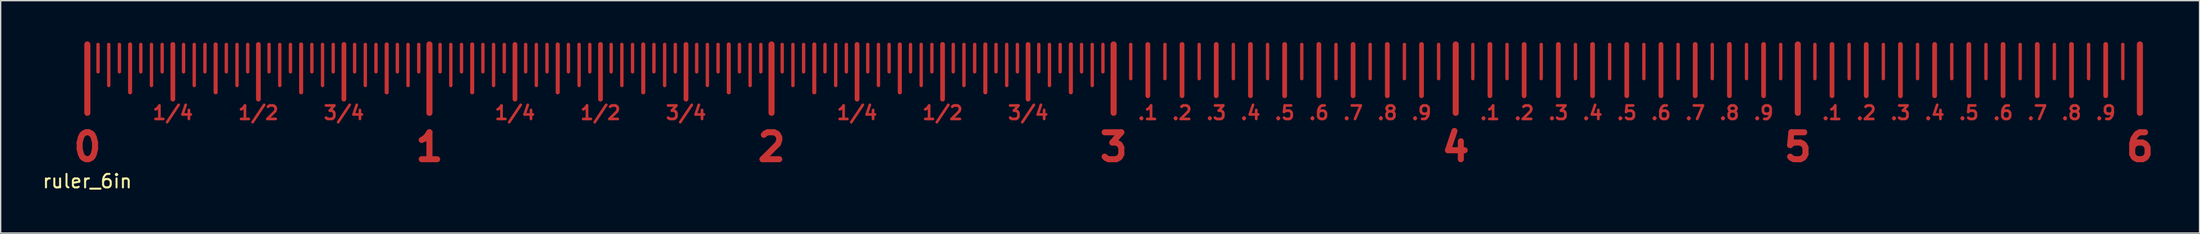
<source format=kicad_pcb>
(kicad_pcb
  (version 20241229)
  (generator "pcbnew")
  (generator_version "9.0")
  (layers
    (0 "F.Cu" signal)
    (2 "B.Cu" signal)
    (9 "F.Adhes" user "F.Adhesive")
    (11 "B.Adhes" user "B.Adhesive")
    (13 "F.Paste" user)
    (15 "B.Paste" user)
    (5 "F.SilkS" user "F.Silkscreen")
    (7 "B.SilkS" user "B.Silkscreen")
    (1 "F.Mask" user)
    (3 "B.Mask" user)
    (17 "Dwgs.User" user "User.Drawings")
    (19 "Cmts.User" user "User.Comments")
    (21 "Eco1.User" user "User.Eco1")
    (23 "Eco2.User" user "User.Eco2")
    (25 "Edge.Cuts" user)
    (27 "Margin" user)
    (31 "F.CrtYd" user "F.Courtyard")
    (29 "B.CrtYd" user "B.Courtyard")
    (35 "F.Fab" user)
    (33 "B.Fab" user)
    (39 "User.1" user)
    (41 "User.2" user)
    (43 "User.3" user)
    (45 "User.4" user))
  (footprint "ruler_6in"
    (layer "F.Cu")
    (at 79.635 0.25)
    (property "Reference" "ruler_6in" (at -76.2 10.16 0) (layer "F.SilkS") (effects (font (size 1 1) (thickness 0.15))))
    (attr through_hole)
    (fp_line (start -76.2 0) (end -76.2 5.08) (stroke (width 0.45) (type solid)) (layer "F.Cu"))
    (fp_line (start -75.406 0) (end -75.406 2.032) (stroke (width 0.25) (type solid)) (layer "F.Cu"))
    (fp_line (start -74.612 0) (end -74.612 3.048) (stroke (width 0.25) (type solid)) (layer "F.Cu"))
    (fp_line (start -73.819 0) (end -73.819 2.032) (stroke (width 0.25) (type solid)) (layer "F.Cu"))
    (fp_line (start -73.025 0) (end -73.025 3.556) (stroke (width 0.3) (type solid)) (layer "F.Cu"))
    (fp_line (start -72.231 0) (end -72.231 2.032) (stroke (width 0.25) (type solid)) (layer "F.Cu"))
    (fp_line (start -71.438 0) (end -71.438 3.048) (stroke (width 0.25) (type solid)) (layer "F.Cu"))
    (fp_line (start -70.644 0) (end -70.644 2.032) (stroke (width 0.25) (type solid)) (layer "F.Cu"))
    (fp_line (start -69.85 0) (end -69.85 4.064) (stroke (width 0.35) (type solid)) (layer "F.Cu"))
    (fp_line (start -69.056 0) (end -69.056 2.032) (stroke (width 0.25) (type solid)) (layer "F.Cu"))
    (fp_line (start -68.263 0) (end -68.263 3.048) (stroke (width 0.25) (type solid)) (layer "F.Cu"))
    (fp_line (start -67.469 0) (end -67.469 2.032) (stroke (width 0.25) (type solid)) (layer "F.Cu"))
    (fp_line (start -66.675 0) (end -66.675 3.556) (stroke (width 0.3) (type solid)) (layer "F.Cu"))
    (fp_line (start -65.881 0) (end -65.881 2.032) (stroke (width 0.25) (type solid)) (layer "F.Cu"))
    (fp_line (start -65.088 0) (end -65.088 3.048) (stroke (width 0.25) (type solid)) (layer "F.Cu"))
    (fp_line (start -64.294 0) (end -64.294 2.032) (stroke (width 0.25) (type solid)) (layer "F.Cu"))
    (fp_line (start -63.5 0) (end -63.5 4.064) (stroke (width 0.35) (type solid)) (layer "F.Cu"))
    (fp_line (start -62.706 0) (end -62.706 2.032) (stroke (width 0.25) (type solid)) (layer "F.Cu"))
    (fp_line (start -61.913 0) (end -61.913 3.048) (stroke (width 0.25) (type solid)) (layer "F.Cu"))
    (fp_line (start -61.119 0) (end -61.119 2.032) (stroke (width 0.25) (type solid)) (layer "F.Cu"))
    (fp_line (start -60.325 0) (end -60.325 3.556) (stroke (width 0.3) (type solid)) (layer "F.Cu"))
    (fp_line (start -59.531 0) (end -59.531 2.032) (stroke (width 0.25) (type solid)) (layer "F.Cu"))
    (fp_line (start -58.737 0) (end -58.737 3.048) (stroke (width 0.25) (type solid)) (layer "F.Cu"))
    (fp_line (start -57.944 0) (end -57.944 2.032) (stroke (width 0.25) (type solid)) (layer "F.Cu"))
    (fp_line (start -57.15 0) (end -57.15 4.064) (stroke (width 0.35) (type solid)) (layer "F.Cu"))
    (fp_line (start -56.356 0) (end -56.356 2.032) (stroke (width 0.25) (type solid)) (layer "F.Cu"))
    (fp_line (start -55.562 0) (end -55.562 3.048) (stroke (width 0.25) (type solid)) (layer "F.Cu"))
    (fp_line (start -54.769 0) (end -54.769 2.032) (stroke (width 0.25) (type solid)) (layer "F.Cu"))
    (fp_line (start -53.975 0) (end -53.975 3.556) (stroke (width 0.3) (type solid)) (layer "F.Cu"))
    (fp_line (start -53.181 0) (end -53.181 2.032) (stroke (width 0.25) (type solid)) (layer "F.Cu"))
    (fp_line (start -52.388 0) (end -52.388 3.048) (stroke (width 0.25) (type solid)) (layer "F.Cu"))
    (fp_line (start -51.594 0) (end -51.594 2.032) (stroke (width 0.25) (type solid)) (layer "F.Cu"))
    (fp_line (start -50.8 0) (end -50.8 5.08) (stroke (width 0.45) (type solid)) (layer "F.Cu"))
    (fp_line (start -50.006 0) (end -50.006 2.032) (stroke (width 0.25) (type solid)) (layer "F.Cu"))
    (fp_line (start -49.212 0) (end -49.212 3.048) (stroke (width 0.25) (type solid)) (layer "F.Cu"))
    (fp_line (start -48.419 0) (end -48.419 2.032) (stroke (width 0.25) (type solid)) (layer "F.Cu"))
    (fp_line (start -47.625 0) (end -47.625 3.556) (stroke (width 0.3) (type solid)) (layer "F.Cu"))
    (fp_line (start -46.831 0) (end -46.831 2.032) (stroke (width 0.25) (type solid)) (layer "F.Cu"))
    (fp_line (start -46.038 0) (end -46.038 3.048) (stroke (width 0.25) (type solid)) (layer "F.Cu"))
    (fp_line (start -45.244 0) (end -45.244 2.032) (stroke (width 0.25) (type solid)) (layer "F.Cu"))
    (fp_line (start -44.45 0) (end -44.45 4.064) (stroke (width 0.35) (type solid)) (layer "F.Cu"))
    (fp_line (start -43.656 0) (end -43.656 2.032) (stroke (width 0.25) (type solid)) (layer "F.Cu"))
    (fp_line (start -42.862 0) (end -42.862 3.048) (stroke (width 0.25) (type solid)) (layer "F.Cu"))
    (fp_line (start -42.069 0) (end -42.069 2.032) (stroke (width 0.25) (type solid)) (layer "F.Cu"))
    (fp_line (start -41.275 0) (end -41.275 3.556) (stroke (width 0.3) (type solid)) (layer "F.Cu"))
    (fp_line (start -40.481 0) (end -40.481 2.032) (stroke (width 0.25) (type solid)) (layer "F.Cu"))
    (fp_line (start -39.688 0) (end -39.688 3.048) (stroke (width 0.25) (type solid)) (layer "F.Cu"))
    (fp_line (start -38.894 0) (end -38.894 2.032) (stroke (width 0.25) (type solid)) (layer "F.Cu"))
    (fp_line (start -38.1 0) (end -38.1 4.064) (stroke (width 0.35) (type solid)) (layer "F.Cu"))
    (fp_line (start -37.306 0) (end -37.306 2.032) (stroke (width 0.25) (type solid)) (layer "F.Cu"))
    (fp_line (start -36.513 0) (end -36.513 3.048) (stroke (width 0.25) (type solid)) (layer "F.Cu"))
    (fp_line (start -35.719 0) (end -35.719 2.032) (stroke (width 0.25) (type solid)) (layer "F.Cu"))
    (fp_line (start -34.925 0) (end -34.925 3.556) (stroke (width 0.3) (type solid)) (layer "F.Cu"))
    (fp_line (start -34.131 0) (end -34.131 2.032) (stroke (width 0.25) (type solid)) (layer "F.Cu"))
    (fp_line (start -33.337 0) (end -33.337 3.048) (stroke (width 0.25) (type solid)) (layer "F.Cu"))
    (fp_line (start -32.544 0) (end -32.544 2.032) (stroke (width 0.25) (type solid)) (layer "F.Cu"))
    (fp_line (start -31.75 0) (end -31.75 4.064) (stroke (width 0.35) (type solid)) (layer "F.Cu"))
    (fp_line (start -30.956 0) (end -30.956 2.032) (stroke (width 0.25) (type solid)) (layer "F.Cu"))
    (fp_line (start -30.163 0) (end -30.163 3.048) (stroke (width 0.25) (type solid)) (layer "F.Cu"))
    (fp_line (start -29.369 0) (end -29.369 2.032) (stroke (width 0.25) (type solid)) (layer "F.Cu"))
    (fp_line (start -28.575 0) (end -28.575 3.556) (stroke (width 0.3) (type solid)) (layer "F.Cu"))
    (fp_line (start -27.781 0) (end -27.781 2.032) (stroke (width 0.25) (type solid)) (layer "F.Cu"))
    (fp_line (start -26.988 0) (end -26.988 3.048) (stroke (width 0.25) (type solid)) (layer "F.Cu"))
    (fp_line (start -26.194 0) (end -26.194 2.032) (stroke (width 0.25) (type solid)) (layer "F.Cu"))
    (fp_line (start -25.4 0) (end -25.4 5.08) (stroke (width 0.45) (type solid)) (layer "F.Cu"))
    (fp_line (start -24.606 0) (end -24.606 2.032) (stroke (width 0.25) (type solid)) (layer "F.Cu"))
    (fp_line (start -23.812 0) (end -23.812 3.048) (stroke (width 0.25) (type solid)) (layer "F.Cu"))
    (fp_line (start -23.019 0) (end -23.019 2.032) (stroke (width 0.25) (type solid)) (layer "F.Cu"))
    (fp_line (start -22.225 0) (end -22.225 3.556) (stroke (width 0.3) (type solid)) (layer "F.Cu"))
    (fp_line (start -21.431 0) (end -21.431 2.032) (stroke (width 0.25) (type solid)) (layer "F.Cu"))
    (fp_line (start -20.637 0) (end -20.637 3.048) (stroke (width 0.25) (type solid)) (layer "F.Cu"))
    (fp_line (start -19.844 0) (end -19.844 2.032) (stroke (width 0.25) (type solid)) (layer "F.Cu"))
    (fp_line (start -19.05 0) (end -19.05 4.064) (stroke (width 0.35) (type solid)) (layer "F.Cu"))
    (fp_line (start -18.256 0) (end -18.256 2.032) (stroke (width 0.25) (type solid)) (layer "F.Cu"))
    (fp_line (start -17.462 0) (end -17.462 3.048) (stroke (width 0.25) (type solid)) (layer "F.Cu"))
    (fp_line (start -16.669 0) (end -16.669 2.032) (stroke (width 0.25) (type solid)) (layer "F.Cu"))
    (fp_line (start -15.875 0) (end -15.875 3.556) (stroke (width 0.3) (type solid)) (layer "F.Cu"))
    (fp_line (start -15.081 0) (end -15.081 2.032) (stroke (width 0.25) (type solid)) (layer "F.Cu"))
    (fp_line (start -14.287 0) (end -14.287 3.048) (stroke (width 0.25) (type solid)) (layer "F.Cu"))
    (fp_line (start -13.494 0) (end -13.494 2.032) (stroke (width 0.25) (type solid)) (layer "F.Cu"))
    (fp_line (start -12.7 0) (end -12.7 4.064) (stroke (width 0.35) (type solid)) (layer "F.Cu"))
    (fp_line (start -11.906 0) (end -11.906 2.032) (stroke (width 0.25) (type solid)) (layer "F.Cu"))
    (fp_line (start -11.113 0) (end -11.113 3.048) (stroke (width 0.25) (type solid)) (layer "F.Cu"))
    (fp_line (start -10.319 0) (end -10.319 2.032) (stroke (width 0.25) (type solid)) (layer "F.Cu"))
    (fp_line (start -9.525 0) (end -9.525 3.556) (stroke (width 0.3) (type solid)) (layer "F.Cu"))
    (fp_line (start -8.731 0) (end -8.731 2.032) (stroke (width 0.25) (type solid)) (layer "F.Cu"))
    (fp_line (start -7.938 0) (end -7.938 3.048) (stroke (width 0.25) (type solid)) (layer "F.Cu"))
    (fp_line (start -7.144 0) (end -7.144 2.032) (stroke (width 0.25) (type solid)) (layer "F.Cu"))
    (fp_line (start -6.35 0) (end -6.35 4.064) (stroke (width 0.35) (type solid)) (layer "F.Cu"))
    (fp_line (start -5.556 0) (end -5.556 2.032) (stroke (width 0.25) (type solid)) (layer "F.Cu"))
    (fp_line (start -4.763 0) (end -4.763 3.048) (stroke (width 0.25) (type solid)) (layer "F.Cu"))
    (fp_line (start -3.969 0) (end -3.969 2.032) (stroke (width 0.25) (type solid)) (layer "F.Cu"))
    (fp_line (start -3.175 0) (end -3.175 3.556) (stroke (width 0.3) (type solid)) (layer "F.Cu"))
    (fp_line (start -2.381 0) (end -2.381 2.032) (stroke (width 0.25) (type solid)) (layer "F.Cu"))
    (fp_line (start -1.587 0) (end -1.587 3.048) (stroke (width 0.25) (type solid)) (layer "F.Cu"))
    (fp_line (start -0.794 0) (end -0.794 2.032) (stroke (width 0.25) (type solid)) (layer "F.Cu"))
    (fp_line (start 0 0) (end 0 5.08) (stroke (width 0.45) (type solid)) (layer "F.Cu"))
    (fp_line (start 1.27 0) (end 1.27 2.54) (stroke (width 0.25) (type solid)) (layer "F.Cu"))
    (fp_line (start 2.54 0) (end 2.54 3.81) (stroke (width 0.35) (type solid)) (layer "F.Cu"))
    (fp_line (start 3.81 0) (end 3.81 2.54) (stroke (width 0.25) (type solid)) (layer "F.Cu"))
    (fp_line (start 5.08 0) (end 5.08 3.81) (stroke (width 0.35) (type solid)) (layer "F.Cu"))
    (fp_line (start 6.35 0) (end 6.35 2.54) (stroke (width 0.25) (type solid)) (layer "F.Cu"))
    (fp_line (start 7.62 0) (end 7.62 3.81) (stroke (width 0.35) (type solid)) (layer "F.Cu"))
    (fp_line (start 8.89 0) (end 8.89 2.54) (stroke (width 0.25) (type solid)) (layer "F.Cu"))
    (fp_line (start 10.16 0) (end 10.16 3.81) (stroke (width 0.35) (type solid)) (layer "F.Cu"))
    (fp_line (start 11.43 0) (end 11.43 2.54) (stroke (width 0.25) (type solid)) (layer "F.Cu"))
    (fp_line (start 12.7 0) (end 12.7 3.81) (stroke (width 0.35) (type solid)) (layer "F.Cu"))
    (fp_line (start 13.97 0) (end 13.97 2.54) (stroke (width 0.25) (type solid)) (layer "F.Cu"))
    (fp_line (start 15.24 0) (end 15.24 3.81) (stroke (width 0.35) (type solid)) (layer "F.Cu"))
    (fp_line (start 16.51 0) (end 16.51 2.54) (stroke (width 0.25) (type solid)) (layer "F.Cu"))
    (fp_line (start 17.78 0) (end 17.78 3.81) (stroke (width 0.35) (type solid)) (layer "F.Cu"))
    (fp_line (start 19.05 0) (end 19.05 2.54) (stroke (width 0.25) (type solid)) (layer "F.Cu"))
    (fp_line (start 20.32 0) (end 20.32 3.81) (stroke (width 0.35) (type solid)) (layer "F.Cu"))
    (fp_line (start 21.59 0) (end 21.59 2.54) (stroke (width 0.25) (type solid)) (layer "F.Cu"))
    (fp_line (start 22.86 0) (end 22.86 3.81) (stroke (width 0.35) (type solid)) (layer "F.Cu"))
    (fp_line (start 24.13 0) (end 24.13 2.54) (stroke (width 0.25) (type solid)) (layer "F.Cu"))
    (fp_line (start 25.4 0) (end 25.4 5.08) (stroke (width 0.45) (type solid)) (layer "F.Cu"))
    (fp_line (start 26.67 0) (end 26.67 2.54) (stroke (width 0.25) (type solid)) (layer "F.Cu"))
    (fp_line (start 27.94 0) (end 27.94 3.81) (stroke (width 0.35) (type solid)) (layer "F.Cu"))
    (fp_line (start 29.21 0) (end 29.21 2.54) (stroke (width 0.25) (type solid)) (layer "F.Cu"))
    (fp_line (start 30.48 0) (end 30.48 3.81) (stroke (width 0.35) (type solid)) (layer "F.Cu"))
    (fp_line (start 31.75 0) (end 31.75 2.54) (stroke (width 0.25) (type solid)) (layer "F.Cu"))
    (fp_line (start 33.02 0) (end 33.02 3.81) (stroke (width 0.35) (type solid)) (layer "F.Cu"))
    (fp_line (start 34.29 0) (end 34.29 2.54) (stroke (width 0.25) (type solid)) (layer "F.Cu"))
    (fp_line (start 35.56 0) (end 35.56 3.81) (stroke (width 0.35) (type solid)) (layer "F.Cu"))
    (fp_line (start 36.83 0) (end 36.83 2.54) (stroke (width 0.25) (type solid)) (layer "F.Cu"))
    (fp_line (start 38.1 0) (end 38.1 3.81) (stroke (width 0.35) (type solid)) (layer "F.Cu"))
    (fp_line (start 39.37 0) (end 39.37 2.54) (stroke (width 0.25) (type solid)) (layer "F.Cu"))
    (fp_line (start 40.64 0) (end 40.64 3.81) (stroke (width 0.35) (type solid)) (layer "F.Cu"))
    (fp_line (start 41.91 0) (end 41.91 2.54) (stroke (width 0.25) (type solid)) (layer "F.Cu"))
    (fp_line (start 43.18 0) (end 43.18 3.81) (stroke (width 0.35) (type solid)) (layer "F.Cu"))
    (fp_line (start 44.45 0) (end 44.45 2.54) (stroke (width 0.25) (type solid)) (layer "F.Cu"))
    (fp_line (start 45.72 0) (end 45.72 3.81) (stroke (width 0.35) (type solid)) (layer "F.Cu"))
    (fp_line (start 46.99 0) (end 46.99 2.54) (stroke (width 0.25) (type solid)) (layer "F.Cu"))
    (fp_line (start 48.26 0) (end 48.26 3.81) (stroke (width 0.35) (type solid)) (layer "F.Cu"))
    (fp_line (start 49.53 0) (end 49.53 2.54) (stroke (width 0.25) (type solid)) (layer "F.Cu"))
    (fp_line (start 50.8 0) (end 50.8 5.08) (stroke (width 0.45) (type solid)) (layer "F.Cu"))
    (fp_line (start 52.07 0) (end 52.07 2.54) (stroke (width 0.25) (type solid)) (layer "F.Cu"))
    (fp_line (start 53.34 0) (end 53.34 3.81) (stroke (width 0.35) (type solid)) (layer "F.Cu"))
    (fp_line (start 54.61 0) (end 54.61 2.54) (stroke (width 0.25) (type solid)) (layer "F.Cu"))
    (fp_line (start 55.88 0) (end 55.88 3.81) (stroke (width 0.35) (type solid)) (layer "F.Cu"))
    (fp_line (start 57.15 0) (end 57.15 2.54) (stroke (width 0.25) (type solid)) (layer "F.Cu"))
    (fp_line (start 58.42 0) (end 58.42 3.81) (stroke (width 0.35) (type solid)) (layer "F.Cu"))
    (fp_line (start 59.69 0) (end 59.69 2.54) (stroke (width 0.25) (type solid)) (layer "F.Cu"))
    (fp_line (start 60.96 0) (end 60.96 3.81) (stroke (width 0.35) (type solid)) (layer "F.Cu"))
    (fp_line (start 62.23 0) (end 62.23 2.54) (stroke (width 0.25) (type solid)) (layer "F.Cu"))
    (fp_line (start 63.5 0) (end 63.5 3.81) (stroke (width 0.35) (type solid)) (layer "F.Cu"))
    (fp_line (start 64.77 0) (end 64.77 2.54) (stroke (width 0.25) (type solid)) (layer "F.Cu"))
    (fp_line (start 66.04 0) (end 66.04 3.81) (stroke (width 0.35) (type solid)) (layer "F.Cu"))
    (fp_line (start 67.31 0) (end 67.31 2.54) (stroke (width 0.25) (type solid)) (layer "F.Cu"))
    (fp_line (start 68.58 0) (end 68.58 3.81) (stroke (width 0.35) (type solid)) (layer "F.Cu"))
    (fp_line (start 69.85 0) (end 69.85 2.54) (stroke (width 0.25) (type solid)) (layer "F.Cu"))
    (fp_line (start 71.12 0) (end 71.12 3.81) (stroke (width 0.35) (type solid)) (layer "F.Cu"))
    (fp_line (start 72.39 0) (end 72.39 2.54) (stroke (width 0.25) (type solid)) (layer "F.Cu"))
    (fp_line (start 73.66 0) (end 73.66 3.81) (stroke (width 0.35) (type solid)) (layer "F.Cu"))
    (fp_line (start 74.93 0) (end 74.93 2.54) (stroke (width 0.25) (type solid)) (layer "F.Cu"))
    (fp_line (start 76.2 0) (end 76.2 5.08) (stroke (width 0.45) (type solid)) (layer "F.Cu"))
    (fp_line (start -76.2 0) (end -76.2 5.08) (stroke (width 0.4) (type solid)) (layer "F.Mask"))
    (fp_line (start -75.406 0) (end -75.406 2.032) (stroke (width 0.2) (type solid)) (layer "F.Mask"))
    (fp_line (start -74.612 0) (end -74.612 3.048) (stroke (width 0.2) (type solid)) (layer "F.Mask"))
    (fp_line (start -73.819 0) (end -73.819 2.032) (stroke (width 0.2) (type solid)) (layer "F.Mask"))
    (fp_line (start -73.025 0) (end -73.025 3.556) (stroke (width 0.25) (type solid)) (layer "F.Mask"))
    (fp_line (start -72.231 0) (end -72.231 2.032) (stroke (width 0.2) (type solid)) (layer "F.Mask"))
    (fp_line (start -71.438 0) (end -71.438 3.048) (stroke (width 0.2) (type solid)) (layer "F.Mask"))
    (fp_line (start -70.644 0) (end -70.644 2.032) (stroke (width 0.2) (type solid)) (layer "F.Mask"))
    (fp_line (start -69.85 0) (end -69.85 4.064) (stroke (width 0.3) (type solid)) (layer "F.Mask"))
    (fp_line (start -69.056 0) (end -69.056 2.032) (stroke (width 0.2) (type solid)) (layer "F.Mask"))
    (fp_line (start -68.263 0) (end -68.263 3.048) (stroke (width 0.2) (type solid)) (layer "F.Mask"))
    (fp_line (start -67.469 0) (end -67.469 2.032) (stroke (width 0.2) (type solid)) (layer "F.Mask"))
    (fp_line (start -66.675 0) (end -66.675 3.556) (stroke (width 0.25) (type solid)) (layer "F.Mask"))
    (fp_line (start -65.881 0) (end -65.881 2.032) (stroke (width 0.2) (type solid)) (layer "F.Mask"))
    (fp_line (start -65.088 0) (end -65.088 3.048) (stroke (width 0.2) (type solid)) (layer "F.Mask"))
    (fp_line (start -64.294 0) (end -64.294 2.032) (stroke (width 0.2) (type solid)) (layer "F.Mask"))
    (fp_line (start -63.5 0) (end -63.5 4.064) (stroke (width 0.3) (type solid)) (layer "F.Mask"))
    (fp_line (start -62.706 0) (end -62.706 2.032) (stroke (width 0.2) (type solid)) (layer "F.Mask"))
    (fp_line (start -61.913 0) (end -61.913 3.048) (stroke (width 0.2) (type solid)) (layer "F.Mask"))
    (fp_line (start -61.119 0) (end -61.119 2.032) (stroke (width 0.2) (type solid)) (layer "F.Mask"))
    (fp_line (start -60.325 0) (end -60.325 3.556) (stroke (width 0.25) (type solid)) (layer "F.Mask"))
    (fp_line (start -59.531 0) (end -59.531 2.032) (stroke (width 0.2) (type solid)) (layer "F.Mask"))
    (fp_line (start -58.737 0) (end -58.737 3.048) (stroke (width 0.2) (type solid)) (layer "F.Mask"))
    (fp_line (start -57.944 0) (end -57.944 2.032) (stroke (width 0.2) (type solid)) (layer "F.Mask"))
    (fp_line (start -57.15 0) (end -57.15 4.064) (stroke (width 0.3) (type solid)) (layer "F.Mask"))
    (fp_line (start -56.356 0) (end -56.356 2.032) (stroke (width 0.2) (type solid)) (layer "F.Mask"))
    (fp_line (start -55.562 0) (end -55.562 3.048) (stroke (width 0.2) (type solid)) (layer "F.Mask"))
    (fp_line (start -54.769 0) (end -54.769 2.032) (stroke (width 0.2) (type solid)) (layer "F.Mask"))
    (fp_line (start -53.975 0) (end -53.975 3.556) (stroke (width 0.25) (type solid)) (layer "F.Mask"))
    (fp_line (start -53.181 0) (end -53.181 2.032) (stroke (width 0.2) (type solid)) (layer "F.Mask"))
    (fp_line (start -52.388 0) (end -52.388 3.048) (stroke (width 0.2) (type solid)) (layer "F.Mask"))
    (fp_line (start -51.594 0) (end -51.594 2.032) (stroke (width 0.2) (type solid)) (layer "F.Mask"))
    (fp_line (start -50.8 0) (end -50.8 5.08) (stroke (width 0.4) (type solid)) (layer "F.Mask"))
    (fp_line (start -50.006 0) (end -50.006 2.032) (stroke (width 0.2) (type solid)) (layer "F.Mask"))
    (fp_line (start -49.212 0) (end -49.212 3.048) (stroke (width 0.2) (type solid)) (layer "F.Mask"))
    (fp_line (start -48.419 0) (end -48.419 2.032) (stroke (width 0.2) (type solid)) (layer "F.Mask"))
    (fp_line (start -47.625 0) (end -47.625 3.556) (stroke (width 0.25) (type solid)) (layer "F.Mask"))
    (fp_line (start -46.831 0) (end -46.831 2.032) (stroke (width 0.2) (type solid)) (layer "F.Mask"))
    (fp_line (start -46.038 0) (end -46.038 3.048) (stroke (width 0.2) (type solid)) (layer "F.Mask"))
    (fp_line (start -45.244 0) (end -45.244 2.032) (stroke (width 0.2) (type solid)) (layer "F.Mask"))
    (fp_line (start -44.45 0) (end -44.45 4.064) (stroke (width 0.3) (type solid)) (layer "F.Mask"))
    (fp_line (start -43.656 0) (end -43.656 2.032) (stroke (width 0.2) (type solid)) (layer "F.Mask"))
    (fp_line (start -42.862 0) (end -42.862 3.048) (stroke (width 0.2) (type solid)) (layer "F.Mask"))
    (fp_line (start -42.069 0) (end -42.069 2.032) (stroke (width 0.2) (type solid)) (layer "F.Mask"))
    (fp_line (start -41.275 0) (end -41.275 3.556) (stroke (width 0.25) (type solid)) (layer "F.Mask"))
    (fp_line (start -40.481 0) (end -40.481 2.032) (stroke (width 0.2) (type solid)) (layer "F.Mask"))
    (fp_line (start -39.688 0) (end -39.688 3.048) (stroke (width 0.2) (type solid)) (layer "F.Mask"))
    (fp_line (start -38.894 0) (end -38.894 2.032) (stroke (width 0.2) (type solid)) (layer "F.Mask"))
    (fp_line (start -38.1 0) (end -38.1 4.064) (stroke (width 0.3) (type solid)) (layer "F.Mask"))
    (fp_line (start -37.306 0) (end -37.306 2.032) (stroke (width 0.2) (type solid)) (layer "F.Mask"))
    (fp_line (start -36.513 0) (end -36.513 3.048) (stroke (width 0.2) (type solid)) (layer "F.Mask"))
    (fp_line (start -35.719 0) (end -35.719 2.032) (stroke (width 0.2) (type solid)) (layer "F.Mask"))
    (fp_line (start -34.925 0) (end -34.925 3.556) (stroke (width 0.25) (type solid)) (layer "F.Mask"))
    (fp_line (start -34.131 0) (end -34.131 2.032) (stroke (width 0.2) (type solid)) (layer "F.Mask"))
    (fp_line (start -33.337 0) (end -33.337 3.048) (stroke (width 0.2) (type solid)) (layer "F.Mask"))
    (fp_line (start -32.544 0) (end -32.544 2.032) (stroke (width 0.2) (type solid)) (layer "F.Mask"))
    (fp_line (start -31.75 0) (end -31.75 4.064) (stroke (width 0.3) (type solid)) (layer "F.Mask"))
    (fp_line (start -30.956 0) (end -30.956 2.032) (stroke (width 0.2) (type solid)) (layer "F.Mask"))
    (fp_line (start -30.163 0) (end -30.163 3.048) (stroke (width 0.2) (type solid)) (layer "F.Mask"))
    (fp_line (start -29.369 0) (end -29.369 2.032) (stroke (width 0.2) (type solid)) (layer "F.Mask"))
    (fp_line (start -28.575 0) (end -28.575 3.556) (stroke (width 0.25) (type solid)) (layer "F.Mask"))
    (fp_line (start -27.781 0) (end -27.781 2.032) (stroke (width 0.2) (type solid)) (layer "F.Mask"))
    (fp_line (start -26.988 0) (end -26.988 3.048) (stroke (width 0.2) (type solid)) (layer "F.Mask"))
    (fp_line (start -26.194 0) (end -26.194 2.032) (stroke (width 0.2) (type solid)) (layer "F.Mask"))
    (fp_line (start -25.4 0) (end -25.4 5.08) (stroke (width 0.4) (type solid)) (layer "F.Mask"))
    (fp_line (start -24.606 0) (end -24.606 2.032) (stroke (width 0.2) (type solid)) (layer "F.Mask"))
    (fp_line (start -23.812 0) (end -23.812 3.048) (stroke (width 0.2) (type solid)) (layer "F.Mask"))
    (fp_line (start -23.019 0) (end -23.019 2.032) (stroke (width 0.2) (type solid)) (layer "F.Mask"))
    (fp_line (start -22.225 0) (end -22.225 3.556) (stroke (width 0.25) (type solid)) (layer "F.Mask"))
    (fp_line (start -21.431 0) (end -21.431 2.032) (stroke (width 0.2) (type solid)) (layer "F.Mask"))
    (fp_line (start -20.637 0) (end -20.637 3.048) (stroke (width 0.2) (type solid)) (layer "F.Mask"))
    (fp_line (start -19.844 0) (end -19.844 2.032) (stroke (width 0.2) (type solid)) (layer "F.Mask"))
    (fp_line (start -19.05 0) (end -19.05 4.064) (stroke (width 0.3) (type solid)) (layer "F.Mask"))
    (fp_line (start -18.256 0) (end -18.256 2.032) (stroke (width 0.2) (type solid)) (layer "F.Mask"))
    (fp_line (start -17.462 0) (end -17.462 3.048) (stroke (width 0.2) (type solid)) (layer "F.Mask"))
    (fp_line (start -16.669 0) (end -16.669 2.032) (stroke (width 0.2) (type solid)) (layer "F.Mask"))
    (fp_line (start -15.875 0) (end -15.875 3.556) (stroke (width 0.25) (type solid)) (layer "F.Mask"))
    (fp_line (start -15.081 0) (end -15.081 2.032) (stroke (width 0.2) (type solid)) (layer "F.Mask"))
    (fp_line (start -14.287 0) (end -14.287 3.048) (stroke (width 0.2) (type solid)) (layer "F.Mask"))
    (fp_line (start -13.494 0) (end -13.494 2.032) (stroke (width 0.2) (type solid)) (layer "F.Mask"))
    (fp_line (start -12.7 0) (end -12.7 4.064) (stroke (width 0.3) (type solid)) (layer "F.Mask"))
    (fp_line (start -11.906 0) (end -11.906 2.032) (stroke (width 0.2) (type solid)) (layer "F.Mask"))
    (fp_line (start -11.113 0) (end -11.113 3.048) (stroke (width 0.2) (type solid)) (layer "F.Mask"))
    (fp_line (start -10.319 0) (end -10.319 2.032) (stroke (width 0.2) (type solid)) (layer "F.Mask"))
    (fp_line (start -9.525 0) (end -9.525 3.556) (stroke (width 0.25) (type solid)) (layer "F.Mask"))
    (fp_line (start -8.731 0) (end -8.731 2.032) (stroke (width 0.2) (type solid)) (layer "F.Mask"))
    (fp_line (start -7.938 0) (end -7.938 3.048) (stroke (width 0.2) (type solid)) (layer "F.Mask"))
    (fp_line (start -7.144 0) (end -7.144 2.032) (stroke (width 0.2) (type solid)) (layer "F.Mask"))
    (fp_line (start -6.35 0) (end -6.35 4.064) (stroke (width 0.3) (type solid)) (layer "F.Mask"))
    (fp_line (start -5.556 0) (end -5.556 2.032) (stroke (width 0.2) (type solid)) (layer "F.Mask"))
    (fp_line (start -4.763 0) (end -4.763 3.048) (stroke (width 0.2) (type solid)) (layer "F.Mask"))
    (fp_line (start -3.969 0) (end -3.969 2.032) (stroke (width 0.2) (type solid)) (layer "F.Mask"))
    (fp_line (start -3.175 0) (end -3.175 3.556) (stroke (width 0.25) (type solid)) (layer "F.Mask"))
    (fp_line (start -2.381 0) (end -2.381 2.032) (stroke (width 0.2) (type solid)) (layer "F.Mask"))
    (fp_line (start -1.587 0) (end -1.587 3.048) (stroke (width 0.2) (type solid)) (layer "F.Mask"))
    (fp_line (start -0.794 0) (end -0.794 2.032) (stroke (width 0.2) (type solid)) (layer "F.Mask"))
    (fp_line (start 0 0) (end 0 5.08) (stroke (width 0.4) (type solid)) (layer "F.Mask"))
    (fp_line (start 1.27 0) (end 1.27 2.54) (stroke (width 0.2) (type solid)) (layer "F.Mask"))
    (fp_line (start 2.54 0) (end 2.54 3.81) (stroke (width 0.3) (type solid)) (layer "F.Mask"))
    (fp_line (start 3.81 0) (end 3.81 2.54) (stroke (width 0.2) (type solid)) (layer "F.Mask"))
    (fp_line (start 5.08 0) (end 5.08 3.81) (stroke (width 0.3) (type solid)) (layer "F.Mask"))
    (fp_line (start 6.35 0) (end 6.35 2.54) (stroke (width 0.2) (type solid)) (layer "F.Mask"))
    (fp_line (start 7.62 0) (end 7.62 3.81) (stroke (width 0.3) (type solid)) (layer "F.Mask"))
    (fp_line (start 8.89 0) (end 8.89 2.54) (stroke (width 0.2) (type solid)) (layer "F.Mask"))
    (fp_line (start 10.16 0) (end 10.16 3.81) (stroke (width 0.3) (type solid)) (layer "F.Mask"))
    (fp_line (start 11.43 0) (end 11.43 2.54) (stroke (width 0.2) (type solid)) (layer "F.Mask"))
    (fp_line (start 12.7 0) (end 12.7 3.81) (stroke (width 0.3) (type solid)) (layer "F.Mask"))
    (fp_line (start 13.97 0) (end 13.97 2.54) (stroke (width 0.2) (type solid)) (layer "F.Mask"))
    (fp_line (start 15.24 0) (end 15.24 3.81) (stroke (width 0.3) (type solid)) (layer "F.Mask"))
    (fp_line (start 16.51 0) (end 16.51 2.54) (stroke (width 0.2) (type solid)) (layer "F.Mask"))
    (fp_line (start 17.78 0) (end 17.78 3.81) (stroke (width 0.3) (type solid)) (layer "F.Mask"))
    (fp_line (start 19.05 0) (end 19.05 2.54) (stroke (width 0.2) (type solid)) (layer "F.Mask"))
    (fp_line (start 20.32 0) (end 20.32 3.81) (stroke (width 0.3) (type solid)) (layer "F.Mask"))
    (fp_line (start 21.59 0) (end 21.59 2.54) (stroke (width 0.2) (type solid)) (layer "F.Mask"))
    (fp_line (start 22.86 0) (end 22.86 3.81) (stroke (width 0.3) (type solid)) (layer "F.Mask"))
    (fp_line (start 24.13 0) (end 24.13 2.54) (stroke (width 0.2) (type solid)) (layer "F.Mask"))
    (fp_line (start 25.4 0) (end 25.4 5.08) (stroke (width 0.4) (type solid)) (layer "F.Mask"))
    (fp_line (start 26.67 0) (end 26.67 2.54) (stroke (width 0.2) (type solid)) (layer "F.Mask"))
    (fp_line (start 27.94 0) (end 27.94 3.81) (stroke (width 0.3) (type solid)) (layer "F.Mask"))
    (fp_line (start 29.21 0) (end 29.21 2.54) (stroke (width 0.2) (type solid)) (layer "F.Mask"))
    (fp_line (start 30.48 0) (end 30.48 3.81) (stroke (width 0.3) (type solid)) (layer "F.Mask"))
    (fp_line (start 31.75 0) (end 31.75 2.54) (stroke (width 0.2) (type solid)) (layer "F.Mask"))
    (fp_line (start 33.02 0) (end 33.02 3.81) (stroke (width 0.3) (type solid)) (layer "F.Mask"))
    (fp_line (start 34.29 0) (end 34.29 2.54) (stroke (width 0.2) (type solid)) (layer "F.Mask"))
    (fp_line (start 35.56 0) (end 35.56 3.81) (stroke (width 0.3) (type solid)) (layer "F.Mask"))
    (fp_line (start 36.83 0) (end 36.83 2.54) (stroke (width 0.2) (type solid)) (layer "F.Mask"))
    (fp_line (start 38.1 0) (end 38.1 3.81) (stroke (width 0.3) (type solid)) (layer "F.Mask"))
    (fp_line (start 39.37 0) (end 39.37 2.54) (stroke (width 0.2) (type solid)) (layer "F.Mask"))
    (fp_line (start 40.64 0) (end 40.64 3.81) (stroke (width 0.3) (type solid)) (layer "F.Mask"))
    (fp_line (start 41.91 0) (end 41.91 2.54) (stroke (width 0.2) (type solid)) (layer "F.Mask"))
    (fp_line (start 43.18 0) (end 43.18 3.81) (stroke (width 0.3) (type solid)) (layer "F.Mask"))
    (fp_line (start 44.45 0) (end 44.45 2.54) (stroke (width 0.2) (type solid)) (layer "F.Mask"))
    (fp_line (start 45.72 0) (end 45.72 3.81) (stroke (width 0.3) (type solid)) (layer "F.Mask"))
    (fp_line (start 46.99 0) (end 46.99 2.54) (stroke (width 0.2) (type solid)) (layer "F.Mask"))
    (fp_line (start 48.26 0) (end 48.26 3.81) (stroke (width 0.3) (type solid)) (layer "F.Mask"))
    (fp_line (start 49.53 0) (end 49.53 2.54) (stroke (width 0.2) (type solid)) (layer "F.Mask"))
    (fp_line (start 50.8 0) (end 50.8 5.08) (stroke (width 0.4) (type solid)) (layer "F.Mask"))
    (fp_line (start 52.07 0) (end 52.07 2.54) (stroke (width 0.2) (type solid)) (layer "F.Mask"))
    (fp_line (start 53.34 0) (end 53.34 3.81) (stroke (width 0.3) (type solid)) (layer "F.Mask"))
    (fp_line (start 54.61 0) (end 54.61 2.54) (stroke (width 0.2) (type solid)) (layer "F.Mask"))
    (fp_line (start 55.88 0) (end 55.88 3.81) (stroke (width 0.3) (type solid)) (layer "F.Mask"))
    (fp_line (start 57.15 0) (end 57.15 2.54) (stroke (width 0.2) (type solid)) (layer "F.Mask"))
    (fp_line (start 58.42 0) (end 58.42 3.81) (stroke (width 0.3) (type solid)) (layer "F.Mask"))
    (fp_line (start 59.69 0) (end 59.69 2.54) (stroke (width 0.2) (type solid)) (layer "F.Mask"))
    (fp_line (start 60.96 0) (end 60.96 3.81) (stroke (width 0.3) (type solid)) (layer "F.Mask"))
    (fp_line (start 62.23 0) (end 62.23 2.54) (stroke (width 0.2) (type solid)) (layer "F.Mask"))
    (fp_line (start 63.5 0) (end 63.5 3.81) (stroke (width 0.3) (type solid)) (layer "F.Mask"))
    (fp_line (start 64.77 0) (end 64.77 2.54) (stroke (width 0.2) (type solid)) (layer "F.Mask"))
    (fp_line (start 66.04 0) (end 66.04 3.81) (stroke (width 0.3) (type solid)) (layer "F.Mask"))
    (fp_line (start 67.31 0) (end 67.31 2.54) (stroke (width 0.2) (type solid)) (layer "F.Mask"))
    (fp_line (start 68.58 0) (end 68.58 3.81) (stroke (width 0.3) (type solid)) (layer "F.Mask"))
    (fp_line (start 69.85 0) (end 69.85 2.54) (stroke (width 0.2) (type solid)) (layer "F.Mask"))
    (fp_line (start 71.12 0) (end 71.12 3.81) (stroke (width 0.3) (type solid)) (layer "F.Mask"))
    (fp_line (start 72.39 0) (end 72.39 2.54) (stroke (width 0.2) (type solid)) (layer "F.Mask"))
    (fp_line (start 73.66 0) (end 73.66 3.81) (stroke (width 0.3) (type solid)) (layer "F.Mask"))
    (fp_line (start 74.93 0) (end 74.93 2.54) (stroke (width 0.2) (type solid)) (layer "F.Mask"))
    (fp_line (start 76.2 0) (end 76.2 5.08) (stroke (width 0.4) (type solid)) (layer "F.Mask"))
    (fp_text user "1/4" (at -69.85 5.08 0) (layer "F.Cu") (effects (font (size 1 1) (thickness 0.2))))
    (fp_text user "5" (at 50.8 7.62 0) (layer "F.Cu") (effects (font (size 2 2) (thickness 0.45))))
    (fp_text user ".2" (at 55.88 5.08 0) (layer "F.Cu") (effects (font (size 1 1) (thickness 0.2))))
    (fp_text user ".2" (at 30.48 5.08 0) (layer "F.Cu") (effects (font (size 1 1) (thickness 0.2))))
    (fp_text user "3/4" (at -6.35 5.08 0) (layer "F.Cu") (effects (font (size 1 1) (thickness 0.2))))
    (fp_text user ".5" (at 38.1 5.08 0) (layer "F.Cu") (effects (font (size 1 1) (thickness 0.2))))
    (fp_text user ".4" (at 35.56 5.08 0) (layer "F.Cu") (effects (font (size 1 1) (thickness 0.2))))
    (fp_text user ".4" (at 10.16 5.08 0) (layer "F.Cu") (effects (font (size 1 1) (thickness 0.2))))
    (fp_text user "0" (at -76.2 7.62 0) (layer "F.Cu") (effects (font (size 2 2) (thickness 0.45))))
    (fp_text user "2" (at -25.4 7.62 0) (layer "F.Cu") (effects (font (size 2 2) (thickness 0.45))))
    (fp_text user ".3" (at 58.42 5.08 0) (layer "F.Cu") (effects (font (size 1 1) (thickness 0.2))))
    (fp_text user ".8" (at 45.72 5.08 0) (layer "F.Cu") (effects (font (size 1 1) (thickness 0.2))))
    (fp_text user "3" (at 0 7.62 0) (layer "F.Cu") (effects (font (size 2 2) (thickness 0.45))))
    (fp_text user ".9" (at 22.86 5.08 0) (layer "F.Cu") (effects (font (size 1 1) (thickness 0.2))))
    (fp_text user "1/4" (at -44.45 5.08 0) (layer "F.Cu") (effects (font (size 1 1) (thickness 0.2))))
    (fp_text user "4" (at 25.4 7.62 0) (layer "F.Cu") (effects (font (size 2 2) (thickness 0.45))))
    (fp_text user ".2" (at 5.08 5.08 0) (layer "F.Cu") (effects (font (size 1 1) (thickness 0.2))))
    (fp_text user ".5" (at 63.5 5.08 0) (layer "F.Cu") (effects (font (size 1 1) (thickness 0.2))))
    (fp_text user ".7" (at 68.58 5.08 0) (layer "F.Cu") (effects (font (size 1 1) (thickness 0.2))))
    (fp_text user ".9" (at 48.26 5.08 0) (layer "F.Cu") (effects (font (size 1 1) (thickness 0.2))))
    (fp_text user ".8" (at 20.32 5.08 0) (layer "F.Cu") (effects (font (size 1 1) (thickness 0.2))))
    (fp_text user ".1" (at 53.34 5.08 0) (layer "F.Cu") (effects (font (size 1 1) (thickness 0.2))))
    (fp_text user "1/2" (at -12.7 5.08 0) (layer "F.Cu") (effects (font (size 1 1) (thickness 0.2))))
    (fp_text user "3/4" (at -57.15 5.08 0) (layer "F.Cu") (effects (font (size 1 1) (thickness 0.2))))
    (fp_text user "1/2" (at -38.1 5.08 0) (layer "F.Cu") (effects (font (size 1 1) (thickness 0.2))))
    (fp_text user ".7" (at 43.18 5.08 0) (layer "F.Cu") (effects (font (size 1 1) (thickness 0.2))))
    (fp_text user ".1" (at 27.94 5.08 0) (layer "F.Cu") (effects (font (size 1 1) (thickness 0.2))))
    (fp_text user ".6" (at 40.64 5.08 0) (layer "F.Cu") (effects (font (size 1 1) (thickness 0.2))))
    (fp_text user ".3" (at 33.02 5.08 0) (layer "F.Cu") (effects (font (size 1 1) (thickness 0.2))))
    (fp_text user ".4" (at 60.96 5.08 0) (layer "F.Cu") (effects (font (size 1 1) (thickness 0.2))))
    (fp_text user ".6" (at 66.04 5.08 0) (layer "F.Cu") (effects (font (size 1 1) (thickness 0.2))))
    (fp_text user "3/4" (at -31.75 5.08 0) (layer "F.Cu") (effects (font (size 1 1) (thickness 0.2))))
    (fp_text user "1/4" (at -19.05 5.08 0) (layer "F.Cu") (effects (font (size 1 1) (thickness 0.2))))
    (fp_text user "1" (at -50.8 7.62 0) (layer "F.Cu") (effects (font (size 2 2) (thickness 0.45))))
    (fp_text user ".5" (at 12.7 5.08 0) (layer "F.Cu") (effects (font (size 1 1) (thickness 0.2))))
    (fp_text user ".3" (at 7.62 5.08 0) (layer "F.Cu") (effects (font (size 1 1) (thickness 0.2))))
    (fp_text user ".8" (at 71.12 5.08 0) (layer "F.Cu") (effects (font (size 1 1) (thickness 0.2))))
    (fp_text user "1/2" (at -63.5 5.08 0) (layer "F.Cu") (effects (font (size 1 1) (thickness 0.2))))
    (fp_text user ".6" (at 15.24 5.08 0) (layer "F.Cu") (effects (font (size 1 1) (thickness 0.2))))
    (fp_text user ".7" (at 17.78 5.08 0) (layer "F.Cu") (effects (font (size 1 1) (thickness 0.2))))
    (fp_text user ".9" (at 73.66 5.08 0) (layer "F.Cu") (effects (font (size 1 1) (thickness 0.2))))
    (fp_text user ".1" (at 2.54 5.08 0) (layer "F.Cu") (effects (font (size 1 1) (thickness 0.2))))
    (fp_text user "6" (at 76.2 7.62 0) (layer "F.Cu") (effects (font (size 2 2) (thickness 0.45))))
    (fp_text user ".4" (at 35.56 5.08 0) (layer "F.Mask") (effects (font (size 1 1) (thickness 0.15))))
    (fp_text user ".1" (at 2.54 5.08 0) (layer "F.Mask") (effects (font (size 1 1) (thickness 0.15))))
    (fp_text user ".7" (at 17.78 5.08 0) (layer "F.Mask") (effects (font (size 1 1) (thickness 0.15))))
    (fp_text user ".1" (at 27.94 5.08 0) (layer "F.Mask") (effects (font (size 1 1) (thickness 0.15))))
    (fp_text user ".3" (at 7.62 5.08 0) (layer "F.Mask") (effects (font (size 1 1) (thickness 0.15))))
    (fp_text user "3/4" (at -6.35 5.08 0) (layer "F.Mask") (effects (font (size 1 1) (thickness 0.15))))
    (fp_text user ".6" (at 66.04 5.08 0) (layer "F.Mask") (effects (font (size 1 1) (thickness 0.15))))
    (fp_text user ".9" (at 22.86 5.08 0) (layer "F.Mask") (effects (font (size 1 1) (thickness 0.15))))
    (fp_text user ".2" (at 55.88 5.08 0) (layer "F.Mask") (effects (font (size 1 1) (thickness 0.15))))
    (fp_text user ".1" (at 53.34 5.08 0) (layer "F.Mask") (effects (font (size 1 1) (thickness 0.15))))
    (fp_text user ".6" (at 15.24 5.08 0) (layer "F.Mask") (effects (font (size 1 1) (thickness 0.15))))
    (fp_text user "1/4" (at -69.85 5.08 0) (layer "F.Mask") (effects (font (size 1 1) (thickness 0.15))))
    (fp_text user ".3" (at 33.02 5.08 0) (layer "F.Mask") (effects (font (size 1 1) (thickness 0.15))))
    (fp_text user "5" (at 50.8 7.62 0) (layer "F.Mask") (effects (font (size 2 2) (thickness 0.4))))
    (fp_text user "3/4" (at -31.75 5.08 0) (layer "F.Mask") (effects (font (size 1 1) (thickness 0.15))))
    (fp_text user ".7" (at 68.58 5.08 0) (layer "F.Mask") (effects (font (size 1 1) (thickness 0.15))))
    (fp_text user ".7" (at 43.18 5.08 0) (layer "F.Mask") (effects (font (size 1 1) (thickness 0.15))))
    (fp_text user "1" (at -50.8 7.62 0) (layer "F.Mask") (effects (font (size 2 2) (thickness 0.4))))
    (fp_text user ".5" (at 38.1 5.08 0) (layer "F.Mask") (effects (font (size 1 1) (thickness 0.15))))
    (fp_text user "0" (at -76.2 7.62 0) (layer "F.Mask") (effects (font (size 2 2) (thickness 0.4))))
    (fp_text user ".9" (at 73.66 5.08 0) (layer "F.Mask") (effects (font (size 1 1) (thickness 0.15))))
    (fp_text user ".4" (at 60.96 5.08 0) (layer "F.Mask") (effects (font (size 1 1) (thickness 0.15))))
    (fp_text user ".9" (at 48.26 5.08 0) (layer "F.Mask") (effects (font (size 1 1) (thickness 0.15))))
    (fp_text user "3" (at 0 7.62 0) (layer "F.Mask") (effects (font (size 2 2) (thickness 0.4))))
    (fp_text user ".8" (at 45.72 5.08 0) (layer "F.Mask") (effects (font (size 1 1) (thickness 0.15))))
    (fp_text user "1/2" (at -63.5 5.08 0) (layer "F.Mask") (effects (font (size 1 1) (thickness 0.15))))
    (fp_text user ".2" (at 30.48 5.08 0) (layer "F.Mask") (effects (font (size 1 1) (thickness 0.15))))
    (fp_text user "1/2" (at -38.1 5.08 0) (layer "F.Mask") (effects (font (size 1 1) (thickness 0.15))))
    (fp_text user ".5" (at 12.7 5.08 0) (layer "F.Mask") (effects (font (size 1 1) (thickness 0.15))))
    (fp_text user ".5" (at 63.5 5.08 0) (layer "F.Mask") (effects (font (size 1 1) (thickness 0.15))))
    (fp_text user ".6" (at 40.64 5.08 0) (layer "F.Mask") (effects (font (size 1 1) (thickness 0.15))))
    (fp_text user ".2" (at 5.08 5.08 0) (layer "F.Mask") (effects (font (size 1 1) (thickness 0.15))))
    (fp_text user "1/4" (at -44.45 5.08 0) (layer "F.Mask") (effects (font (size 1 1) (thickness 0.15))))
    (fp_text user "4" (at 25.4 7.62 0) (layer "F.Mask") (effects (font (size 2 2) (thickness 0.4))))
    (fp_text user "6" (at 76.2 7.62 0) (layer "F.Mask") (effects (font (size 2 2) (thickness 0.4))))
    (fp_text user "1/4" (at -19.05 5.08 0) (layer "F.Mask") (effects (font (size 1 1) (thickness 0.15))))
    (fp_text user "3/4" (at -57.15 5.08 0) (layer "F.Mask") (effects (font (size 1 1) (thickness 0.15))))
    (fp_text user "2" (at -25.4 7.62 0) (layer "F.Mask") (effects (font (size 2 2) (thickness 0.4))))
    (fp_text user ".4" (at 10.16 5.08 0) (layer "F.Mask") (effects (font (size 1 1) (thickness 0.15))))
    (fp_text user ".8" (at 71.12 5.08 0) (layer "F.Mask") (effects (font (size 1 1) (thickness 0.15))))
    (fp_text user "1/2" (at -12.7 5.08 0) (layer "F.Mask") (effects (font (size 1 1) (thickness 0.15))))
    (fp_text user ".8" (at 20.32 5.08 0) (layer "F.Mask") (effects (font (size 1 1) (thickness 0.15))))
    (fp_text user ".3" (at 58.42 5.08 0) (layer "F.Mask") (effects (font (size 1 1) (thickness 0.15)))))
  (gr_rect
    (start -3 -3)
    (end 160.262 14.258)
    (stroke (width 0.1) (type default))
    (fill no)
    (layer "Edge.Cuts")))
</source>
